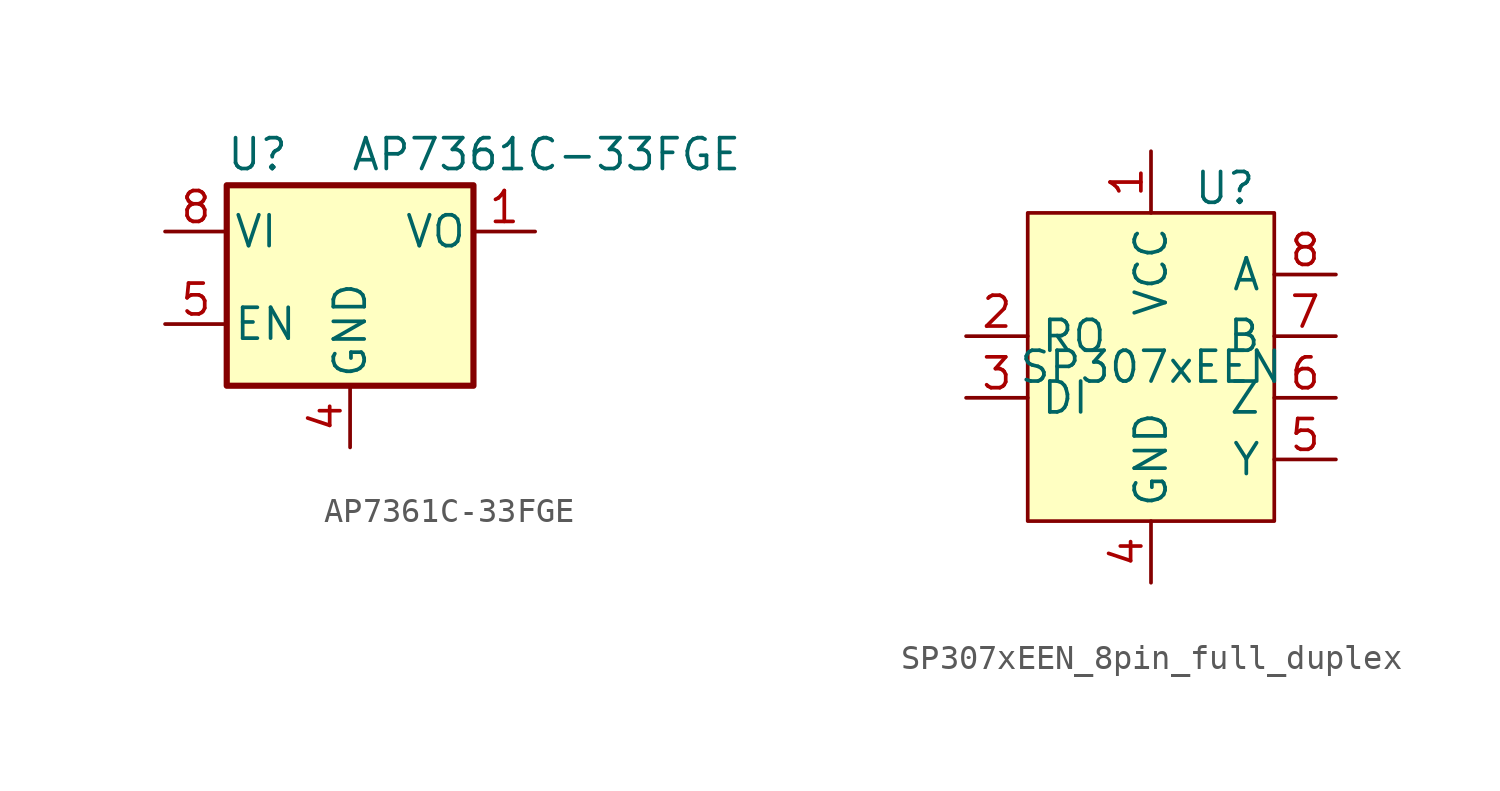
<source format=kicad_sym>
(kicad_symbol_lib
  (version 20231120)
  (generator "kicad_symbol_editor")
  (generator_version "8.0")
  (symbol "AP7361C-33FGE"
    (pin_names
      (offset 0.254))
    (property "Reference" "U"
      (at -3.81 3.175 0)
      (effects (font (size 1.27 1.27))))
    (property "Value" "AP7361C-33FGE"
      (at 0 3.175 0)
      (effects (font (size 1.27 1.27)) (justify left)))
    (symbol "AP7361C-33FGE_0_1"
      (rectangle (start -5.08 1.905) (end 5.08 -6.35) (stroke (width 0.254) (type default)) (fill (type background))))
    (symbol "AP7361C-33FGE_1_0"
      (pin no_connect line (at 5.08 -3.81 180) (length 2.54) hide (name "NC" (effects (font (size 1.27 1.27)))) (number "2" (effects (font (size 1.27 1.27)))))
      (pin no_connect line (at 5.08 -2.54 180) (length 2.54) hide (name "NC" (effects (font (size 1.27 1.27)))) (number "3" (effects (font (size 1.27 1.27)))))
      (pin input line (at -7.62 -3.81 0) (length 2.54) (name "EN" (effects (font (size 1.27 1.27)))) (number "5" (effects (font (size 1.27 1.27)))))
      (pin no_connect line (at 5.08 -1.27 180) (length 2.54) hide (name "NC" (effects (font (size 1.27 1.27)))) (number "6" (effects (font (size 1.27 1.27)))))
      (pin no_connect line (at 5.08 -5.08 180) (length 2.54) hide (name "NC" (effects (font (size 1.27 1.27)))) (number "7" (effects (font (size 1.27 1.27)))))
      (pin power_in line (at 0 -8.89 90) (length 2.54) hide (name "GND" (effects (font (size 1.27 1.27)))) (number "9" (effects (font (size 1.27 1.27))))))
    (symbol "AP7361C-33FGE_1_1"
      (pin power_out line (at 7.62 0 180) (length 2.54) (name "VO" (effects (font (size 1.27 1.27)))) (number "1" (effects (font (size 1.27 1.27)))))
      (pin power_in line (at 0 -8.89 90) (length 2.54) (name "GND" (effects (font (size 1.27 1.27)))) (number "4" (effects (font (size 1.27 1.27)))))
      (pin power_in line (at -7.62 0 0) (length 2.54) (name "VI" (effects (font (size 1.27 1.27)))) (number "8" (effects (font (size 1.27 1.27)))))))
  (symbol "SP307xEEN_8pin_full_duplex"
    (property "Reference" "U"
      (at 3.048 7.366 0)
      (effects (font (size 1.27 1.27))))
    (property "Value" "SP307xEEN"
      (at 0 0 0)
      (effects (font (size 1.27 1.27))))
    (symbol "SP307xEEN_8pin_full_duplex_0_0"
      (pin power_in line (at 0 8.89 270) (length 2.54) (name "VCC" (effects (font (size 1.27 1.27)))) (number "1" (effects (font (size 1.27 1.27)))))
      (pin output line (at -7.62 1.27 0) (length 2.54) (name "RO" (effects (font (size 1.27 1.27)))) (number "2" (effects (font (size 1.27 1.27)))))
      (pin input line (at -7.62 -1.27 0) (length 2.54) (name "DI" (effects (font (size 1.27 1.27)))) (number "3" (effects (font (size 1.27 1.27)))))
      (pin power_in line (at 0 -8.89 90) (length 2.54) (name "GND" (effects (font (size 1.27 1.27)))) (number "4" (effects (font (size 1.27 1.27)))))
      (pin output line (at 7.62 -3.81 180) (length 2.54) (name "Y" (effects (font (size 1.27 1.27)))) (number "5" (effects (font (size 1.27 1.27)))))
      (pin output line (at 7.62 -1.27 180) (length 2.54) (name "Z" (effects (font (size 1.27 1.27)))) (number "6" (effects (font (size 1.27 1.27)))))
      (pin input line (at 7.62 1.27 180) (length 2.54) (name "B" (effects (font (size 1.27 1.27)))) (number "7" (effects (font (size 1.27 1.27)))))
      (pin input line (at 7.62 3.81 180) (length 2.54) (name "A" (effects (font (size 1.27 1.27)))) (number "8" (effects (font (size 1.27 1.27))))))
    (symbol "SP307xEEN_8pin_full_duplex_1_1"
      (rectangle (start -5.08 6.35) (end 5.08 -6.35) (stroke (width 0) (type default)) (fill (type background))))))
</source>
